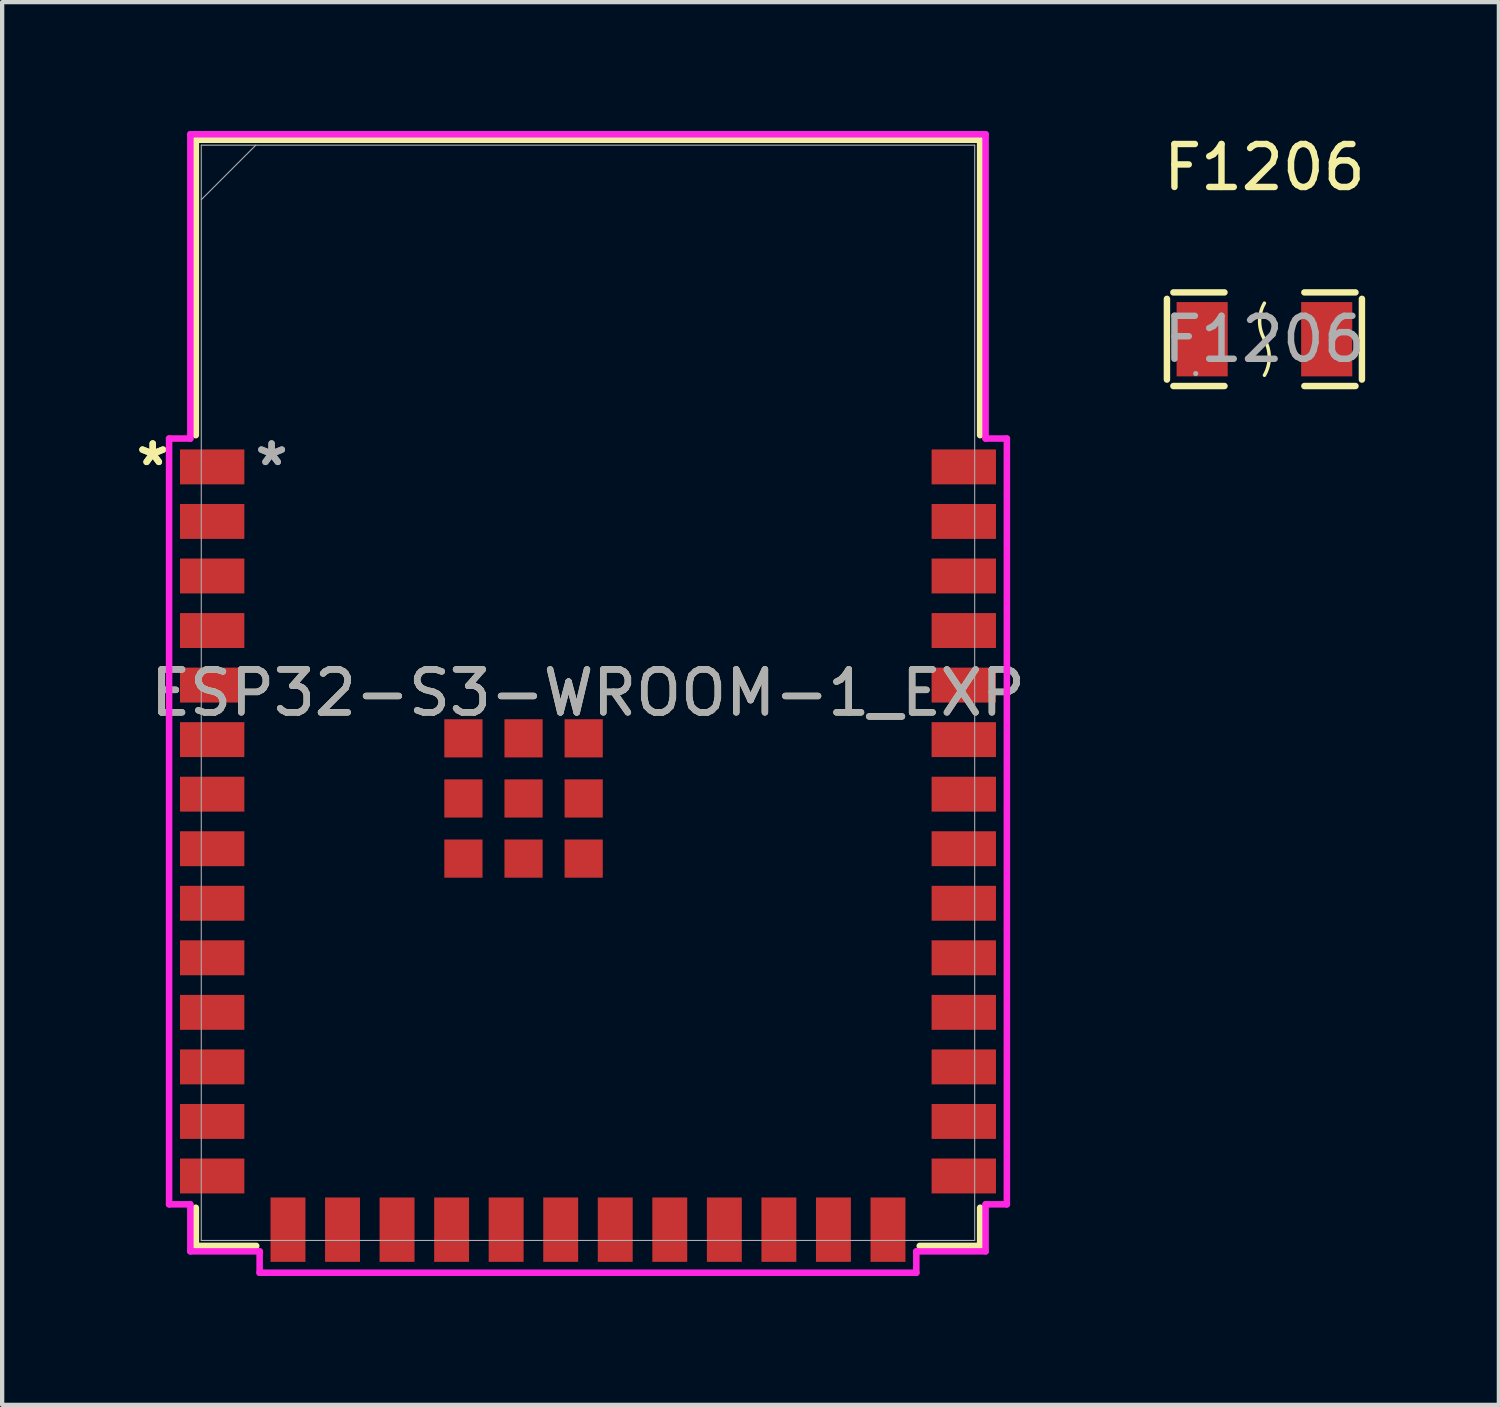
<source format=kicad_pcb>
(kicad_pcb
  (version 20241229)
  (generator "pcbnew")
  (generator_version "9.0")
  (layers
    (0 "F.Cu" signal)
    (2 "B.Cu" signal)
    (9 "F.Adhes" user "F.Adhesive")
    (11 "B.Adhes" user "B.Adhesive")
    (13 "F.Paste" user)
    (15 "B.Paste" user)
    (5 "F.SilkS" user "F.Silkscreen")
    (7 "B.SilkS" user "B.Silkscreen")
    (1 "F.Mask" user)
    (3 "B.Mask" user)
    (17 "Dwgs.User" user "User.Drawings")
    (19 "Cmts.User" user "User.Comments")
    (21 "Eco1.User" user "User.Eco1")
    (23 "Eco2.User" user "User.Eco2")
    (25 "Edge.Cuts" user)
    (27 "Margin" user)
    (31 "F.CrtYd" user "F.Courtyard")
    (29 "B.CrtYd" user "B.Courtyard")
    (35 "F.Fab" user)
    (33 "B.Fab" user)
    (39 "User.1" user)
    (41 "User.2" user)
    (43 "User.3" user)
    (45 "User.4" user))
  (footprint "ESP32-S3-WROOM-1_EXP"
    (layer "F.Cu")
    (at 10.64 13.081)
    (property "Reference" "ESP32-S3-WROOM-1_EXP" (at 0 0 0) (unlocked yes) (layer "F.SilkS") (effects (font (size 1 1) (thickness 0.15))))
    (attr smd)
    (fp_line (start -9.131 -12.878) (end -9.131 -5.999) (stroke (width 0.152) (type solid)) (layer "F.SilkS"))
    (fp_line (start -9.131 11.989) (end -9.131 12.878) (stroke (width 0.152) (type solid)) (layer "F.SilkS"))
    (fp_line (start -9.131 12.878) (end -7.724 12.878) (stroke (width 0.152) (type solid)) (layer "F.SilkS"))
    (fp_line (start 7.724 12.878) (end 9.131 12.878) (stroke (width 0.152) (type solid)) (layer "F.SilkS"))
    (fp_line (start 9.131 -12.878) (end -9.131 -12.878) (stroke (width 0.152) (type solid)) (layer "F.SilkS"))
    (fp_line (start 9.131 -5.999) (end 9.131 -12.878) (stroke (width 0.152) (type solid)) (layer "F.SilkS"))
    (fp_line (start 9.131 12.878) (end 9.131 11.989) (stroke (width 0.152) (type solid)) (layer "F.SilkS"))
    (fp_line (start -9.753 -5.92) (end -9.753 11.91) (stroke (width 0.152) (type solid)) (layer "F.CrtYd"))
    (fp_line (start -9.753 11.91) (end -9.258 11.91) (stroke (width 0.152) (type solid)) (layer "F.CrtYd"))
    (fp_line (start -9.258 -13.005) (end -9.258 -5.92) (stroke (width 0.152) (type solid)) (layer "F.CrtYd"))
    (fp_line (start -9.258 -5.92) (end -9.753 -5.92) (stroke (width 0.152) (type solid)) (layer "F.CrtYd"))
    (fp_line (start -9.258 11.91) (end -9.258 13.005) (stroke (width 0.152) (type solid)) (layer "F.CrtYd"))
    (fp_line (start -9.258 13.005) (end -7.645 13.005) (stroke (width 0.152) (type solid)) (layer "F.CrtYd"))
    (fp_line (start -7.645 13.005) (end -7.645 13.503) (stroke (width 0.152) (type solid)) (layer "F.CrtYd"))
    (fp_line (start -7.645 13.503) (end 7.645 13.503) (stroke (width 0.152) (type solid)) (layer "F.CrtYd"))
    (fp_line (start 7.645 13.005) (end 9.258 13.005) (stroke (width 0.152) (type solid)) (layer "F.CrtYd"))
    (fp_line (start 7.645 13.503) (end 7.645 13.005) (stroke (width 0.152) (type solid)) (layer "F.CrtYd"))
    (fp_line (start 9.258 -13.005) (end -9.258 -13.005) (stroke (width 0.152) (type solid)) (layer "F.CrtYd"))
    (fp_line (start 9.258 -5.92) (end 9.258 -13.005) (stroke (width 0.152) (type solid)) (layer "F.CrtYd"))
    (fp_line (start 9.258 11.91) (end 9.753 11.91) (stroke (width 0.152) (type solid)) (layer "F.CrtYd"))
    (fp_line (start 9.258 13.005) (end 9.258 11.91) (stroke (width 0.152) (type solid)) (layer "F.CrtYd"))
    (fp_line (start 9.753 -5.92) (end 9.258 -5.92) (stroke (width 0.152) (type solid)) (layer "F.CrtYd"))
    (fp_line (start 9.753 11.91) (end 9.753 -5.92) (stroke (width 0.152) (type solid)) (layer "F.CrtYd"))
    (fp_line (start -9.004 -12.751) (end -9.004 12.751) (stroke (width 0.025) (type solid)) (layer "F.Fab"))
    (fp_line (start -9.004 -11.481) (end -7.734 -12.751) (stroke (width 0.025) (type solid)) (layer "F.Fab"))
    (fp_line (start -9.004 12.751) (end 9.004 12.751) (stroke (width 0.025) (type solid)) (layer "F.Fab"))
    (fp_line (start 9.004 -12.751) (end -9.004 -12.751) (stroke (width 0.025) (type solid)) (layer "F.Fab"))
    (fp_line (start 9.004 12.751) (end 9.004 -12.751) (stroke (width 0.025) (type solid)) (layer "F.Fab"))
    (fp_text user "*" (at -10.134 -5.26 0) (unlocked yes) (layer "F.SilkS") (effects (font (size 1 1) (thickness 0.15))))
    (fp_text user "*" (at -10.134 -5.26 0) (layer "F.SilkS") (effects (font (size 1 1) (thickness 0.15))))
    (fp_text user "*" (at -7.366 -5.26 0) (unlocked yes) (layer "F.Fab") (effects (font (size 1 1) (thickness 0.15))))
    (fp_text user "*" (at -7.366 -5.26 0) (layer "F.Fab") (effects (font (size 1 1) (thickness 0.15))))
    (fp_text user "${REFERENCE}" (at 0 0 0) (unlocked yes) (layer "F.Fab") (effects (font (size 1 1) (thickness 0.15))))
    (pad "1" smd rect (at -8.75 -5.26) (size 1.499 0.813) (layers "F.Cu" "F.Mask" "F.Paste"))
    (pad "2" smd rect (at -8.75 -3.99) (size 1.499 0.813) (layers "F.Cu" "F.Mask" "F.Paste"))
    (pad "3" smd rect (at -8.75 -2.72) (size 1.499 0.813) (layers "F.Cu" "F.Mask" "F.Paste"))
    (pad "4" smd rect (at -8.75 -1.45) (size 1.499 0.813) (layers "F.Cu" "F.Mask" "F.Paste"))
    (pad "5" smd rect (at -8.75 -0.18) (size 1.499 0.813) (layers "F.Cu" "F.Mask" "F.Paste"))
    (pad "6" smd rect (at -8.75 1.09) (size 1.499 0.813) (layers "F.Cu" "F.Mask" "F.Paste"))
    (pad "7" smd rect (at -8.75 2.36) (size 1.499 0.813) (layers "F.Cu" "F.Mask" "F.Paste"))
    (pad "8" smd rect (at -8.75 3.63) (size 1.499 0.813) (layers "F.Cu" "F.Mask" "F.Paste"))
    (pad "9" smd rect (at -8.75 4.9) (size 1.499 0.813) (layers "F.Cu" "F.Mask" "F.Paste"))
    (pad "10" smd rect (at -8.75 6.17) (size 1.499 0.813) (layers "F.Cu" "F.Mask" "F.Paste"))
    (pad "11" smd rect (at -8.75 7.44) (size 1.499 0.813) (layers "F.Cu" "F.Mask" "F.Paste"))
    (pad "12" smd rect (at -8.75 8.71) (size 1.499 0.813) (layers "F.Cu" "F.Mask" "F.Paste"))
    (pad "13" smd rect (at -8.75 9.98) (size 1.499 0.813) (layers "F.Cu" "F.Mask" "F.Paste"))
    (pad "14" smd rect (at -8.75 11.25) (size 1.499 0.813) (layers "F.Cu" "F.Mask" "F.Paste"))
    (pad "15" smd rect (at -6.985 12.5 90) (size 1.499 0.813) (layers "F.Cu" "F.Mask" "F.Paste"))
    (pad "16" smd rect (at -5.715 12.5 90) (size 1.499 0.813) (layers "F.Cu" "F.Mask" "F.Paste"))
    (pad "17" smd rect (at -4.445 12.5 90) (size 1.499 0.813) (layers "F.Cu" "F.Mask" "F.Paste"))
    (pad "18" smd rect (at -3.175 12.5 90) (size 1.499 0.813) (layers "F.Cu" "F.Mask" "F.Paste"))
    (pad "19" smd rect (at -1.905 12.5 90) (size 1.499 0.813) (layers "F.Cu" "F.Mask" "F.Paste"))
    (pad "20" smd rect (at -0.635 12.5 90) (size 1.499 0.813) (layers "F.Cu" "F.Mask" "F.Paste"))
    (pad "21" smd rect (at 0.635 12.5 90) (size 1.499 0.813) (layers "F.Cu" "F.Mask" "F.Paste"))
    (pad "22" smd rect (at 1.905 12.5 90) (size 1.499 0.813) (layers "F.Cu" "F.Mask" "F.Paste"))
    (pad "23" smd rect (at 3.175 12.5 90) (size 1.499 0.813) (layers "F.Cu" "F.Mask" "F.Paste"))
    (pad "24" smd rect (at 4.445 12.5 90) (size 1.499 0.813) (layers "F.Cu" "F.Mask" "F.Paste"))
    (pad "25" smd rect (at 5.715 12.5 90) (size 1.499 0.813) (layers "F.Cu" "F.Mask" "F.Paste"))
    (pad "26" smd rect (at 6.985 12.5 90) (size 1.499 0.813) (layers "F.Cu" "F.Mask" "F.Paste"))
    (pad "27" smd rect (at 8.75 11.25) (size 1.499 0.813) (layers "F.Cu" "F.Mask" "F.Paste"))
    (pad "28" smd rect (at 8.75 9.98) (size 1.499 0.813) (layers "F.Cu" "F.Mask" "F.Paste"))
    (pad "29" smd rect (at 8.75 8.71) (size 1.499 0.813) (layers "F.Cu" "F.Mask" "F.Paste"))
    (pad "30" smd rect (at 8.75 7.44) (size 1.499 0.813) (layers "F.Cu" "F.Mask" "F.Paste"))
    (pad "31" smd rect (at 8.75 6.17) (size 1.499 0.813) (layers "F.Cu" "F.Mask" "F.Paste"))
    (pad "32" smd rect (at 8.75 4.9) (size 1.499 0.813) (layers "F.Cu" "F.Mask" "F.Paste"))
    (pad "33" smd rect (at 8.75 3.63) (size 1.499 0.813) (layers "F.Cu" "F.Mask" "F.Paste"))
    (pad "34" smd rect (at 8.75 2.36) (size 1.499 0.813) (layers "F.Cu" "F.Mask" "F.Paste"))
    (pad "35" smd rect (at 8.75 1.09) (size 1.499 0.813) (layers "F.Cu" "F.Mask" "F.Paste"))
    (pad "36" smd rect (at 8.75 -0.18) (size 1.499 0.813) (layers "F.Cu" "F.Mask" "F.Paste"))
    (pad "37" smd rect (at 8.75 -1.45) (size 1.499 0.813) (layers "F.Cu" "F.Mask" "F.Paste"))
    (pad "38" smd rect (at 8.75 -2.72) (size 1.499 0.813) (layers "F.Cu" "F.Mask" "F.Paste"))
    (pad "39" smd rect (at 8.75 -3.99) (size 1.499 0.813) (layers "F.Cu" "F.Mask" "F.Paste"))
    (pad "40" smd rect (at 8.75 -5.26) (size 1.499 0.813) (layers "F.Cu" "F.Mask" "F.Paste"))
    (pad "41" smd rect (at -1.5 2.46) (size 0.889 0.889) (layers "F.Cu" "F.Mask" "F.Paste"))
    (pad "42" smd rect (at -2.9 1.06) (size 0.889 0.889) (layers "F.Cu" "F.Mask" "F.Paste"))
    (pad "43" smd rect (at -2.9 2.46) (size 0.889 0.889) (layers "F.Cu" "F.Mask" "F.Paste"))
    (pad "44" smd rect (at -2.9 3.86) (size 0.889 0.889) (layers "F.Cu" "F.Mask" "F.Paste"))
    (pad "45" smd rect (at -1.5 3.86) (size 0.889 0.889) (layers "F.Cu" "F.Mask" "F.Paste"))
    (pad "46" smd rect (at -0.1 3.86) (size 0.889 0.889) (layers "F.Cu" "F.Mask" "F.Paste"))
    (pad "47" smd rect (at -0.1 2.46) (size 0.889 0.889) (layers "F.Cu" "F.Mask" "F.Paste"))
    (pad "48" smd rect (at -0.1 1.06) (size 0.889 0.889) (layers "F.Cu" "F.Mask" "F.Paste"))
    (pad "49" smd rect (at -1.5 1.06) (size 0.889 0.889) (layers "F.Cu" "F.Mask" "F.Paste"))
    (zone (net_name "") (layer "F.Cu") (hatch full 0.508) (connect_pads) (min_thickness 0.254) (filled_areas_thickness no) (keepout (tracks not_allowed) (vias not_allowed) (pads allowed) (copperpour not_allowed) (footprints allowed)) (placement (enabled no)) (fill) (polygon (pts (xy 1.636 0.33) (xy 1.636 6.325) (xy 19.645 6.325) (xy 19.645 0.33)))))
  (footprint "F1206"
    (layer "F.Cu")
    (at 26.39 4.848)
    (property "Reference" "F1206" (at 0 -4 0) (layer "F.SilkS") (effects (font (size 1 1) (thickness 0.15))))
    (attr smd)
    (fp_line (start -2.27 -0.94) (end -2.27 0.94) (stroke (width 0.15) (type solid)) (layer "F.SilkS"))
    (fp_line (start -2.12 1.09) (end -0.93 1.09) (stroke (width 0.15) (type solid)) (layer "F.SilkS"))
    (fp_line (start -0.93 -1.09) (end -2.12 -1.09) (stroke (width 0.15) (type solid)) (layer "F.SilkS"))
    (fp_line (start 0.93 -1.09) (end 2.12 -1.09) (stroke (width 0.15) (type solid)) (layer "F.SilkS"))
    (fp_line (start 2.12 1.09) (end 0.93 1.09) (stroke (width 0.15) (type solid)) (layer "F.SilkS"))
    (fp_line (start 2.27 -0.94) (end 2.27 0.94) (stroke (width 0.15) (type solid)) (layer "F.SilkS"))
    (fp_arc (start -0.001269 -0.002199) (mid 0.112199 0.418731) (end 0 0.84) (stroke (width 0.08) (type solid)) (layer "F.SilkS"))
    (fp_arc (start 0.001269 0.002199) (mid -0.112199 -0.418731) (end 0 -0.84) (stroke (width 0.08) (type solid)) (layer "F.SilkS"))
    (fp_circle (center -1.6 0.8) (end -1.57 0.8) (stroke (width 0.06) (type solid)) (fill no) (layer "F.Fab"))
    (fp_text user "${REFERENCE}" (at 0 0 0) (layer "F.Fab") (effects (font (size 1 1) (thickness 0.15))))
    (pad "1" smd rect (at -1.45 0) (size 1.19 1.73) (layers "F.Cu" "F.Mask" "F.Paste"))
    (pad "2" smd rect (at 1.45 0) (size 1.19 1.73) (layers "F.Cu" "F.Mask" "F.Paste")))
  (gr_rect
    (start -3 -3)
    (end 31.849 29.66)
    (stroke (width 0.1) (type default))
    (fill no)
    (layer "Edge.Cuts")))
</source>
